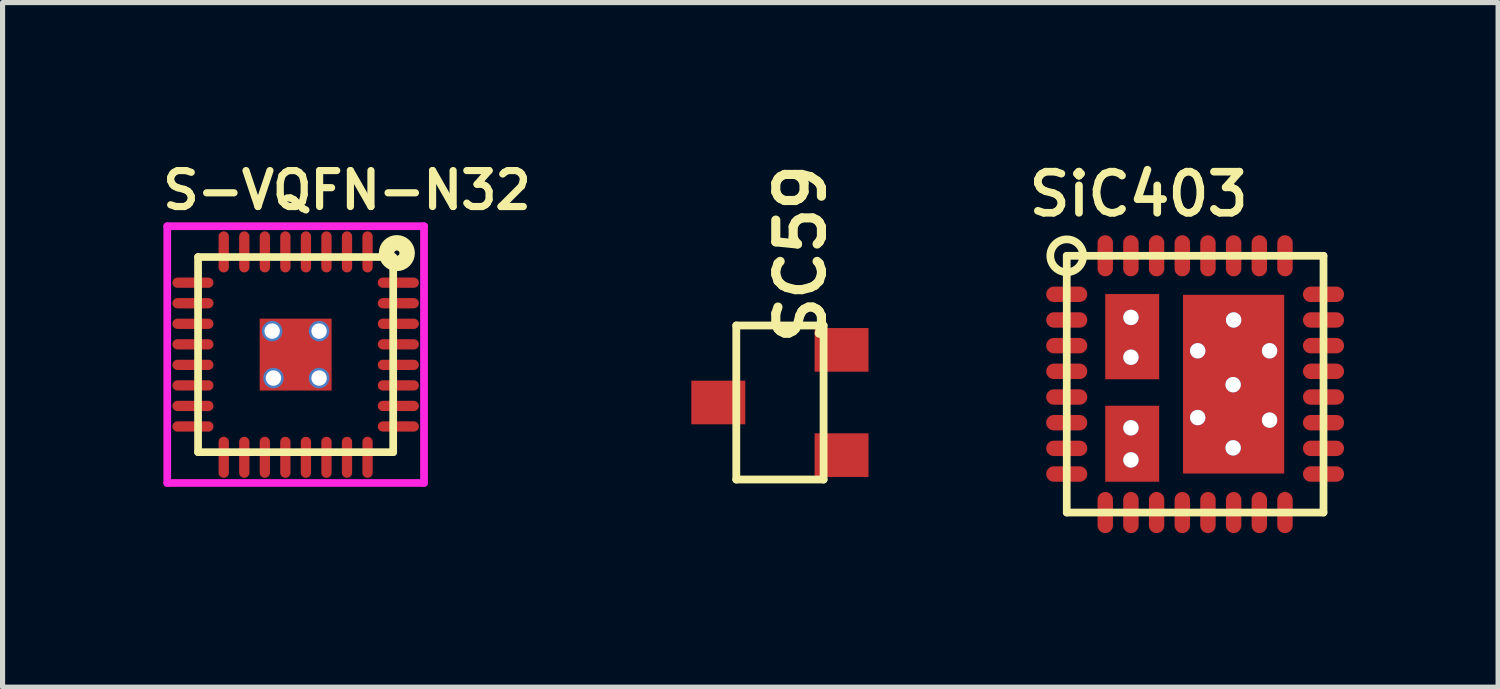
<source format=kicad_pcb>
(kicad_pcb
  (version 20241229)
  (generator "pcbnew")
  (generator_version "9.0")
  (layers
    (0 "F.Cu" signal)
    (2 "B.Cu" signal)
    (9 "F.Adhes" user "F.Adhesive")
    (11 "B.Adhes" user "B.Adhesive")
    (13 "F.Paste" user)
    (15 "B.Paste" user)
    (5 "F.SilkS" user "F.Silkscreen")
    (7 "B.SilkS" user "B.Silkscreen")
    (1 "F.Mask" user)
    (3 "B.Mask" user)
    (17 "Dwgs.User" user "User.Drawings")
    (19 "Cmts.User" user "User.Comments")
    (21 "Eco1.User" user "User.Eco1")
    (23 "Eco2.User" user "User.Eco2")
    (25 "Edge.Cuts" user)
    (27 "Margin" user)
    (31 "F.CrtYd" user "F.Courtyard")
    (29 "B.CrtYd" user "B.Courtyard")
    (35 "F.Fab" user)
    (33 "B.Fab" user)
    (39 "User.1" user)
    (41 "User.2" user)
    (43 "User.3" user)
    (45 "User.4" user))
  (footprint "S-VQFN-N32"
    (layer "F.Cu")
    (at 2.707 3.855)
    (property "Reference" "S-VQFN-N32" (at 1 -3.2 0) (layer "F.SilkS") (effects (font (size 0.7 0.7) (thickness 0.14))))
    (attr smd)
    (fp_line (start -1.9 1.9) (end -1.9 -1.9) (stroke (width 0.15) (type solid)) (layer "F.SilkS"))
    (fp_line (start 1.9 -1.9) (end -1.9 -1.9) (stroke (width 0.15) (type solid)) (layer "F.SilkS"))
    (fp_line (start 1.9 -1.9) (end 1.9 1.9) (stroke (width 0.15) (type solid)) (layer "F.SilkS"))
    (fp_line (start 1.9 1.9) (end -1.9 1.9) (stroke (width 0.15) (type solid)) (layer "F.SilkS"))
    (fp_circle (center 1.971 -1.976) (end 1.77 -1.976) (stroke (width 0.3) (type solid)) (fill no) (layer "F.SilkS"))
    (fp_line (start -2.5 -2.5) (end 2.5 -2.5) (stroke (width 0.15) (type solid)) (layer "F.CrtYd"))
    (fp_line (start -2.5 2.5) (end -2.5 -2.5) (stroke (width 0.15) (type solid)) (layer "F.CrtYd"))
    (fp_line (start 2.5 -2.5) (end 2.5 2.5) (stroke (width 0.15) (type solid)) (layer "F.CrtYd"))
    (fp_line (start 2.5 2.5) (end -2.5 2.5) (stroke (width 0.15) (type solid)) (layer "F.CrtYd"))
    (pad "" smd rect (at 0 0 315) (size 0.9 0.9) (layers "F.Paste"))
    (pad "" smd circle (at 0.025 0 180) (size 0.762 0.762) (layers "F.Paste"))
    (pad "1" smd oval (at 1.4 -2 270) (size 0.8 0.2) (layers "F.Cu" "F.Mask" "F.Paste"))
    (pad "2" smd oval (at 1 -2 270) (size 0.8 0.2) (layers "F.Cu" "F.Mask" "F.Paste"))
    (pad "3" smd oval (at 0.6 -2 270) (size 0.8 0.2) (layers "F.Cu" "F.Mask" "F.Paste"))
    (pad "4" smd oval (at 0.2 -2 270) (size 0.8 0.2) (layers "F.Cu" "F.Mask" "F.Paste"))
    (pad "5" smd oval (at -0.2 -2 270) (size 0.8 0.2) (layers "F.Cu" "F.Mask" "F.Paste"))
    (pad "6" smd oval (at -0.6 -2 270) (size 0.8 0.2) (layers "F.Cu" "F.Mask" "F.Paste"))
    (pad "7" smd oval (at -1 -2 270) (size 0.8 0.2) (layers "F.Cu" "F.Mask" "F.Paste"))
    (pad "8" smd oval (at -1.4 -2 270) (size 0.8 0.2) (layers "F.Cu" "F.Mask" "F.Paste"))
    (pad "9" smd oval (at -2 -1.4 270) (size 0.2 0.8) (layers "F.Cu" "F.Mask" "F.Paste"))
    (pad "10" smd oval (at -2 -1 270) (size 0.2 0.8) (layers "F.Cu" "F.Mask" "F.Paste"))
    (pad "11" smd oval (at -2 -0.6 270) (size 0.2 0.8) (layers "F.Cu" "F.Mask" "F.Paste"))
    (pad "12" smd oval (at -2 -0.2 270) (size 0.2 0.8) (layers "F.Cu" "F.Mask" "F.Paste"))
    (pad "13" smd oval (at -2 0.2 270) (size 0.2 0.8) (layers "F.Cu" "F.Mask" "F.Paste"))
    (pad "14" smd oval (at -2 0.6 270) (size 0.2 0.8) (layers "F.Cu" "F.Mask" "F.Paste"))
    (pad "15" smd oval (at -2 1 270) (size 0.2 0.8) (layers "F.Cu" "F.Mask" "F.Paste"))
    (pad "16" smd oval (at -2 1.4 270) (size 0.2 0.8) (layers "F.Cu" "F.Mask" "F.Paste"))
    (pad "17" smd oval (at -1.4 2 270) (size 0.8 0.2) (layers "F.Cu" "F.Mask" "F.Paste"))
    (pad "18" smd oval (at -1 2 270) (size 0.8 0.2) (layers "F.Cu" "F.Mask" "F.Paste"))
    (pad "19" smd oval (at -0.6 2 270) (size 0.8 0.2) (layers "F.Cu" "F.Mask" "F.Paste"))
    (pad "20" smd oval (at -0.2 2 270) (size 0.8 0.2) (layers "F.Cu" "F.Mask" "F.Paste"))
    (pad "21" smd oval (at 0.2 2 270) (size 0.8 0.2) (layers "F.Cu" "F.Mask" "F.Paste"))
    (pad "22" smd oval (at 0.6 2 270) (size 0.8 0.2) (layers "F.Cu" "F.Mask" "F.Paste"))
    (pad "23" smd oval (at 1 2 270) (size 0.8 0.2) (layers "F.Cu" "F.Mask" "F.Paste"))
    (pad "24" smd oval (at 1.4 2 270) (size 0.8 0.2) (layers "F.Cu" "F.Mask" "F.Paste"))
    (pad "25" smd oval (at 2 1.4) (size 0.8 0.2) (layers "F.Cu" "F.Mask" "F.Paste"))
    (pad "26" smd oval (at 2 1) (size 0.8 0.2) (layers "F.Cu" "F.Mask" "F.Paste"))
    (pad "27" smd oval (at 2 0.6) (size 0.8 0.2) (layers "F.Cu" "F.Mask" "F.Paste"))
    (pad "28" smd oval (at 2 0.2) (size 0.8 0.2) (layers "F.Cu" "F.Mask" "F.Paste"))
    (pad "29" smd oval (at 2 -0.2) (size 0.8 0.2) (layers "F.Cu" "F.Mask" "F.Paste"))
    (pad "30" smd oval (at 2 -0.6) (size 0.8 0.2) (layers "F.Cu" "F.Mask" "F.Paste"))
    (pad "31" smd oval (at 2 -1) (size 0.8 0.2) (layers "F.Cu" "F.Mask" "F.Paste"))
    (pad "32" smd oval (at 2 -1.4) (size 0.8 0.2) (layers "F.Cu" "F.Mask" "F.Paste"))
    (pad "EP" thru_hole circle (at -0.457 -0.457) (size 0.399 0.399) (drill 0.3) (layers "*.Cu"))
    (pad "EP" thru_hole circle (at -0.432 0.457) (size 0.399 0.399) (drill 0.3) (layers "*.Cu"))
    (pad "EP" smd rect (at 0 0 180) (size 1.4 1.4) (layers "F.Cu" "F.Mask"))
    (pad "EP" thru_hole circle (at 0.457 -0.457) (size 0.399 0.399) (drill 0.3) (layers "*.Cu"))
    (pad "EP" thru_hole circle (at 0.457 0.457) (size 0.399 0.399) (drill 0.3) (layers "*.Cu")))
  (footprint "SiC403"
    (layer "F.Cu")
    (at 20.223 4.431)
    (property "Reference" "SiC403" (at -1.1 -3.7 0) (layer "F.SilkS") (effects (font (size 0.8 0.8) (thickness 0.15))))
    (attr smd)
    (fp_line (start -2.5 -2.5) (end 2.5 -2.5) (stroke (width 0.15) (type solid)) (layer "F.SilkS"))
    (fp_line (start -2.5 2.5) (end -2.5 -2.5) (stroke (width 0.15) (type solid)) (layer "F.SilkS"))
    (fp_line (start 2.5 -2.5) (end 2.5 2.5) (stroke (width 0.15) (type solid)) (layer "F.SilkS"))
    (fp_line (start 2.5 2.5) (end -2.5 2.5) (stroke (width 0.15) (type solid)) (layer "F.SilkS"))
    (fp_circle (center -2.5 -2.5) (end -2.7 -2.75) (stroke (width 0.15) (type solid)) (fill no) (layer "F.SilkS"))
    (pad "1" smd oval (at -2.5 -1.75) (size 0.8 0.3) (layers "F.Cu" "F.Mask" "F.Paste"))
    (pad "2" smd oval (at -2.5 -1.25) (size 0.8 0.3) (layers "F.Cu" "F.Mask" "F.Paste"))
    (pad "3" smd oval (at -2.5 -0.75) (size 0.8 0.3) (layers "F.Cu" "F.Mask" "F.Paste"))
    (pad "4" smd oval (at -2.5 -0.25) (size 0.8 0.3) (layers "F.Cu" "F.Mask" "F.Paste"))
    (pad "5" smd oval (at -2.5 0.25) (size 0.8 0.3) (layers "F.Cu" "F.Mask" "F.Paste"))
    (pad "6" smd oval (at -2.5 0.75) (size 0.8 0.3) (layers "F.Cu" "F.Mask" "F.Paste"))
    (pad "7" smd oval (at -2.5 1.25) (size 0.8 0.3) (layers "F.Cu" "F.Mask" "F.Paste"))
    (pad "8" smd oval (at -2.5 1.75) (size 0.8 0.3) (layers "F.Cu" "F.Mask" "F.Paste"))
    (pad "9" smd oval (at -1.75 2.5) (size 0.3 0.8) (layers "F.Cu" "F.Mask" "F.Paste"))
    (pad "10" smd oval (at -1.25 2.5) (size 0.3 0.8) (layers "F.Cu" "F.Mask" "F.Paste"))
    (pad "11" smd oval (at -0.75 2.5) (size 0.3 0.8) (layers "F.Cu" "F.Mask" "F.Paste"))
    (pad "12" smd oval (at -0.25 2.5) (size 0.3 0.8) (layers "F.Cu" "F.Mask" "F.Paste"))
    (pad "13" smd oval (at 0.25 2.5) (size 0.3 0.8) (layers "F.Cu" "F.Mask" "F.Paste"))
    (pad "14" smd oval (at 0.75 2.5) (size 0.3 0.8) (layers "F.Cu" "F.Mask" "F.Paste"))
    (pad "15" smd oval (at 1.25 2.5) (size 0.3 0.8) (layers "F.Cu" "F.Mask" "F.Paste"))
    (pad "16" smd oval (at 1.75 2.5) (size 0.3 0.8) (layers "F.Cu" "F.Mask" "F.Paste"))
    (pad "17" smd oval (at 2.5 1.75) (size 0.8 0.3) (layers "F.Cu" "F.Mask" "F.Paste"))
    (pad "18" smd oval (at 2.5 1.25) (size 0.8 0.3) (layers "F.Cu" "F.Mask" "F.Paste"))
    (pad "19" smd oval (at 2.5 0.75) (size 0.8 0.3) (layers "F.Cu" "F.Mask" "F.Paste"))
    (pad "20" smd oval (at 2.5 0.25) (size 0.8 0.3) (layers "F.Cu" "F.Mask" "F.Paste"))
    (pad "21" smd oval (at 2.5 -0.25) (size 0.8 0.3) (layers "F.Cu" "F.Mask" "F.Paste"))
    (pad "22" smd oval (at 2.5 -0.75) (size 0.8 0.3) (layers "F.Cu" "F.Mask" "F.Paste"))
    (pad "23" smd oval (at 2.5 -1.25) (size 0.8 0.3) (layers "F.Cu" "F.Mask" "F.Paste"))
    (pad "24" smd oval (at 2.5 -1.75) (size 0.8 0.3) (layers "F.Cu" "F.Mask" "F.Paste"))
    (pad "25" smd oval (at 1.75 -2.5) (size 0.3 0.8) (layers "F.Cu" "F.Mask" "F.Paste"))
    (pad "26" smd oval (at 1.25 -2.5) (size 0.3 0.8) (layers "F.Cu" "F.Mask" "F.Paste"))
    (pad "27" smd oval (at 0.75 -2.5) (size 0.3 0.8) (layers "F.Cu" "F.Mask" "F.Paste"))
    (pad "28" smd oval (at 0.25 -2.5) (size 0.3 0.8) (layers "F.Cu" "F.Mask" "F.Paste"))
    (pad "29" smd oval (at -0.25 -2.5) (size 0.3 0.8) (layers "F.Cu" "F.Mask" "F.Paste"))
    (pad "30" smd oval (at -0.75 -2.5) (size 0.3 0.8) (layers "F.Cu" "F.Mask" "F.Paste"))
    (pad "31" smd oval (at -1.25 -2.5) (size 0.3 0.8) (layers "F.Cu" "F.Mask" "F.Paste"))
    (pad "32" smd oval (at -1.75 -2.5) (size 0.3 0.8) (layers "F.Cu" "F.Mask" "F.Paste"))
    (pad "Pad1" thru_hole circle (at -1.25 -1.3) (size 0.3 0.3) (drill 0.3) (layers "*.Cu" "F.Mask"))
    (pad "Pad1" thru_hole circle (at -1.25 -0.525) (size 0.3 0.3) (drill 0.3) (layers "*.Cu" "F.Mask"))
    (pad "Pad1" smd rect (at -1.225 -0.925) (size 1.05 1.66) (layers "F.Cu" "F.Mask" "F.Paste"))
    (pad "Pad2" thru_hole circle (at -1.25 0.85) (size 0.3 0.3) (drill 0.3) (layers "*.Cu" "F.Mask"))
    (pad "Pad2" thru_hole circle (at -1.25 1.475) (size 0.3 0.3) (drill 0.3) (layers "*.Cu" "F.Mask"))
    (pad "Pad2" smd rect (at -1.225 1.16) (size 1.05 1.48) (layers "F.Cu" "F.Mask" "F.Paste"))
    (pad "Pad3" thru_hole circle (at 0.05 -0.65) (size 0.3 0.3) (drill 0.3) (layers "*.Cu" "F.Mask"))
    (pad "Pad3" thru_hole circle (at 0.05 0.65) (size 0.3 0.3) (drill 0.3) (layers "*.Cu" "F.Mask"))
    (pad "Pad3" smd circle (at 0.25 -1.25) (size 0.75 0.75) (layers "F.Cu" "F.Paste"))
    (pad "Pad3" smd circle (at 0.25 0) (size 0.75 0.75) (layers "F.Cu" "F.Paste"))
    (pad "Pad3" smd circle (at 0.25 1.25) (size 0.75 0.75) (layers "F.Cu" "F.Paste"))
    (pad "Pad3" thru_hole circle (at 0.74 0.01) (size 0.3 0.3) (drill 0.3) (layers "*.Cu" "F.Mask"))
    (pad "Pad3" thru_hole circle (at 0.74 1.24) (size 0.3 0.3) (drill 0.3) (layers "*.Cu" "F.Mask"))
    (pad "Pad3" thru_hole circle (at 0.75 -1.25) (size 0.3 0.3) (drill 0.3) (layers "*.Cu" "F.Mask"))
    (pad "Pad3" smd circle (at 0.75 -0.625) (size 0.75 0.75) (layers "F.Cu" "F.Paste"))
    (pad "Pad3" smd rect (at 0.75 0) (size 1.97 3.48) (layers "F.Cu" "F.Mask"))
    (pad "Pad3" smd circle (at 0.75 0.625) (size 0.75 0.75) (layers "F.Cu" "F.Paste"))
    (pad "Pad3" smd circle (at 1.25 -1.25) (size 0.75 0.75) (layers "F.Cu" "F.Paste"))
    (pad "Pad3" smd circle (at 1.25 0) (size 0.75 0.75) (layers "F.Cu" "F.Paste"))
    (pad "Pad3" smd circle (at 1.25 1.25) (size 0.75 0.75) (layers "F.Cu" "F.Paste"))
    (pad "Pad3" thru_hole circle (at 1.45 -0.65) (size 0.3 0.3) (drill 0.3) (layers "*.Cu" "F.Mask"))
    (pad "Pad3" thru_hole circle (at 1.45 0.7) (size 0.3 0.3) (drill 0.3) (layers "*.Cu" "F.Mask")))
  (footprint "SC59"
    (layer "F.Cu")
    (at 12.138 4.788)
    (property "Reference" "SC59" (at 0.406 -2.896 270) (layer "F.SilkS") (effects (font (size 0.889 0.889) (thickness 0.178))))
    (attr smd)
    (fp_line (start -0.85 -1.5) (end -0.85 1.5) (stroke (width 0.152) (type solid)) (layer "F.SilkS"))
    (fp_line (start 0.85 -1.5) (end -0.85 -1.5) (stroke (width 0.152) (type solid)) (layer "F.SilkS"))
    (fp_line (start 0.85 1.5) (end -0.85 1.5) (stroke (width 0.152) (type solid)) (layer "F.SilkS"))
    (fp_line (start 0.85 1.5) (end 0.85 -1.5) (stroke (width 0.152) (type solid)) (layer "F.SilkS"))
    (pad "1" smd rect (at 1.2 1.025 270) (size 0.85 1.05) (layers "F.Cu" "F.Mask" "F.Paste"))
    (pad "2" smd rect (at 1.2 -1.025 270) (size 0.85 1.05) (layers "F.Cu" "F.Mask" "F.Paste"))
    (pad "3" smd rect (at -1.2 0 270) (size 0.85 1.05) (layers "F.Cu" "F.Mask" "F.Paste")))
  (gr_rect
    (start -3 -3)
    (end 26.123 10.331)
    (stroke (width 0.1) (type default))
    (fill no)
    (layer "Edge.Cuts")))
</source>
